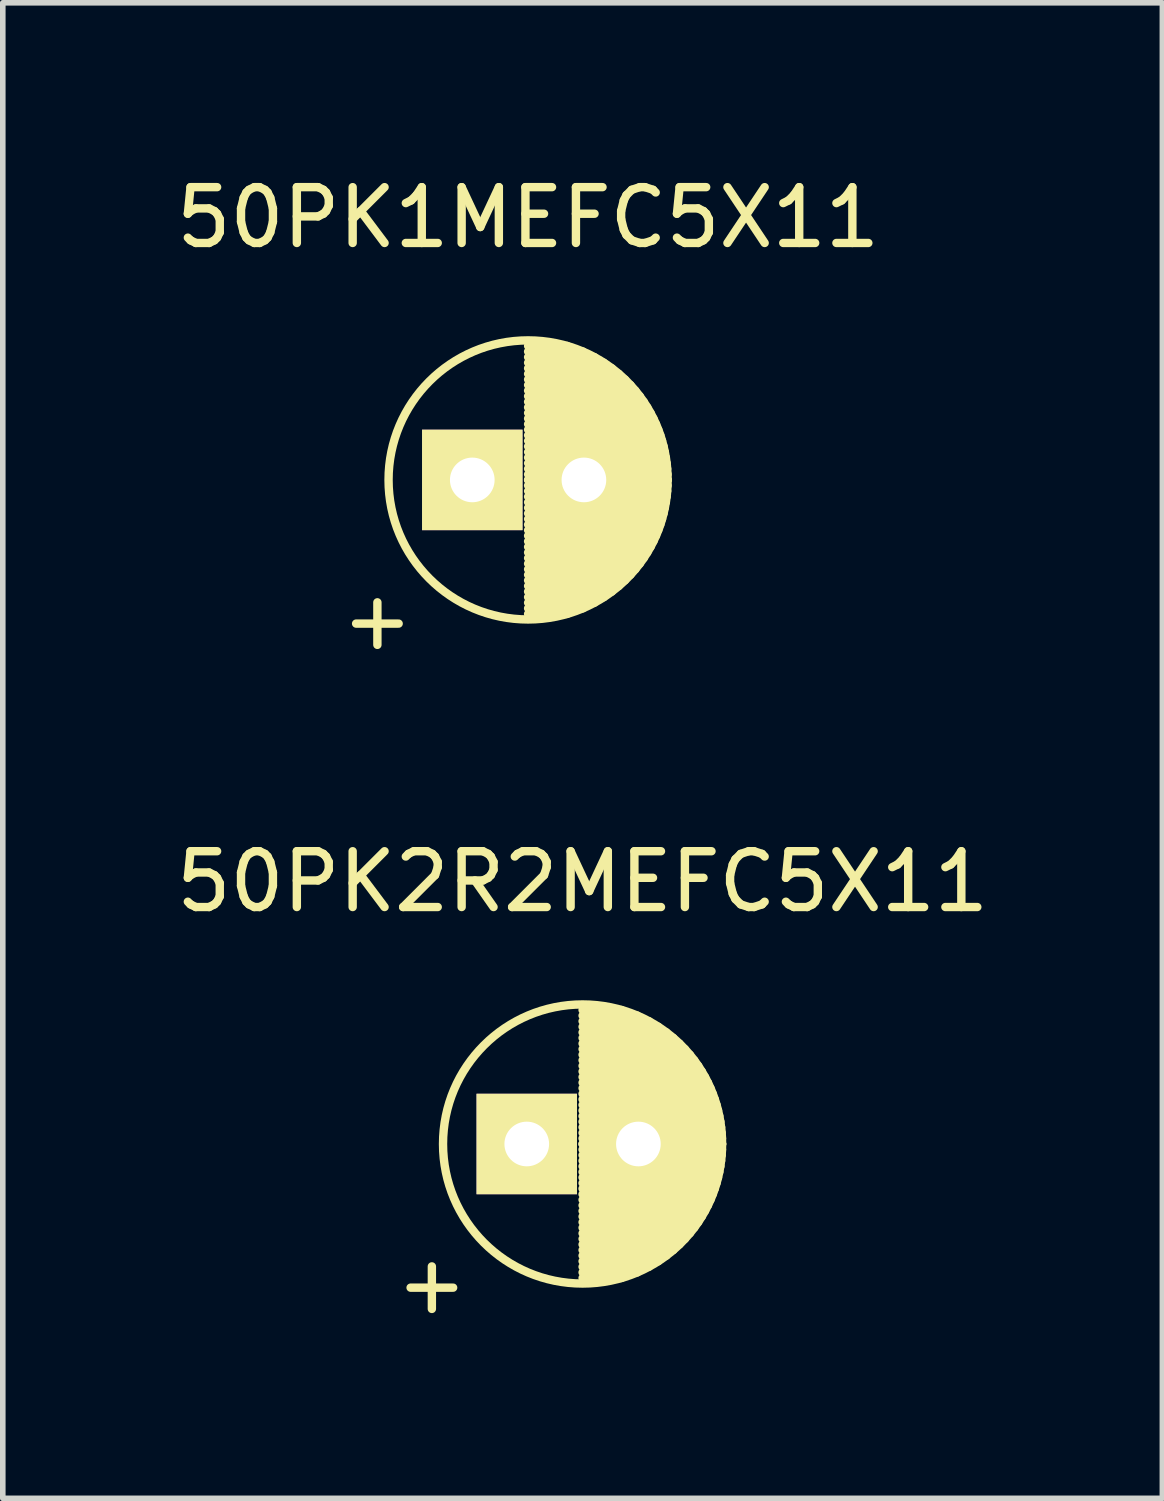
<source format=kicad_pcb>
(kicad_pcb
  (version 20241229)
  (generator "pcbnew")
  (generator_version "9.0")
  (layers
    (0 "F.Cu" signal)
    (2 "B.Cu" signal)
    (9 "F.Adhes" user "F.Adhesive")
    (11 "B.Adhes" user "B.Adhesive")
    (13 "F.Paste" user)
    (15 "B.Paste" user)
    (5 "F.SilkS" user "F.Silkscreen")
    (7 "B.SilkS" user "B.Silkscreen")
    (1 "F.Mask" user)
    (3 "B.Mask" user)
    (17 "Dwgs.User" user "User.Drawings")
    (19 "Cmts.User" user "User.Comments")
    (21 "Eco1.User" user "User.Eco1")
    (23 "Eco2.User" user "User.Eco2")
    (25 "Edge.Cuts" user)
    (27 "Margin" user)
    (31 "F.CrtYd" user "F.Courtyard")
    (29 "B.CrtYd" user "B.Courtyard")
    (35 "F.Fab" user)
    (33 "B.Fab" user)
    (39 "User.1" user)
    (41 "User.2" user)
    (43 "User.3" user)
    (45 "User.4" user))
  (footprint "50PK1MEFC5X11"
    (layer "F.Cu")
    (at 5.411 5.548)
    (property "Reference" "50PK1MEFC5X11" (at 1 -4.7 0) (layer "F.SilkS") (effects (font (size 1 1) (thickness 0.15))))
    (attr through_hole)
    (fp_line (start 1 -2.4) (end 1.7 -2.4) (stroke (width 0.15) (type solid)) (layer "F.SilkS"))
    (fp_line (start 1 -2.3) (end 1.98 -2.3) (stroke (width 0.15) (type solid)) (layer "F.SilkS"))
    (fp_line (start 1 -2.2) (end 2.187 -2.2) (stroke (width 0.15) (type solid)) (layer "F.SilkS"))
    (fp_line (start 1 -2.1) (end 2.356 -2.1) (stroke (width 0.15) (type solid)) (layer "F.SilkS"))
    (fp_line (start 1 -2) (end 2.5 -2) (stroke (width 0.15) (type solid)) (layer "F.SilkS"))
    (fp_line (start 1 -1.9) (end 2.625 -1.9) (stroke (width 0.15) (type solid)) (layer "F.SilkS"))
    (fp_line (start 1 -1.8) (end 2.735 -1.8) (stroke (width 0.15) (type solid)) (layer "F.SilkS"))
    (fp_line (start 1 -1.7) (end 2.833 -1.7) (stroke (width 0.15) (type solid)) (layer "F.SilkS"))
    (fp_line (start 1 -1.6) (end 2.921 -1.6) (stroke (width 0.15) (type solid)) (layer "F.SilkS"))
    (fp_line (start 1 -1.5) (end 3 -1.5) (stroke (width 0.15) (type solid)) (layer "F.SilkS"))
    (fp_line (start 1 -1.4) (end 3.071 -1.4) (stroke (width 0.15) (type solid)) (layer "F.SilkS"))
    (fp_line (start 1 -1.3) (end 3.135 -1.3) (stroke (width 0.15) (type solid)) (layer "F.SilkS"))
    (fp_line (start 1 -1.2) (end 3.193 -1.2) (stroke (width 0.15) (type solid)) (layer "F.SilkS"))
    (fp_line (start 1 -1.1) (end 3.245 -1.1) (stroke (width 0.15) (type solid)) (layer "F.SilkS"))
    (fp_line (start 1 -1) (end 3.291 -1) (stroke (width 0.15) (type solid)) (layer "F.SilkS"))
    (fp_line (start 1 -0.9) (end 3.332 -0.9) (stroke (width 0.15) (type solid)) (layer "F.SilkS"))
    (fp_line (start 1 -0.8) (end 3.369 -0.8) (stroke (width 0.15) (type solid)) (layer "F.SilkS"))
    (fp_line (start 1 -0.7) (end 3.4 -0.7) (stroke (width 0.15) (type solid)) (layer "F.SilkS"))
    (fp_line (start 1 -0.6) (end 3.427 -0.6) (stroke (width 0.15) (type solid)) (layer "F.SilkS"))
    (fp_line (start 1 -0.5) (end 3.449 -0.5) (stroke (width 0.15) (type solid)) (layer "F.SilkS"))
    (fp_line (start 1 -0.4) (end 3.468 -0.4) (stroke (width 0.15) (type solid)) (layer "F.SilkS"))
    (fp_line (start 1 -0.3) (end 3.482 -0.3) (stroke (width 0.15) (type solid)) (layer "F.SilkS"))
    (fp_line (start 1 -0.2) (end 3.492 -0.2) (stroke (width 0.15) (type solid)) (layer "F.SilkS"))
    (fp_line (start 1 -0.1) (end 3.498 -0.1) (stroke (width 0.15) (type solid)) (layer "F.SilkS"))
    (fp_line (start 1 0) (end 3.5 0) (stroke (width 0.15) (type solid)) (layer "F.SilkS"))
    (fp_line (start 1 0) (end 3.5 0) (stroke (width 0.15) (type solid)) (layer "F.SilkS"))
    (fp_line (start 1 0.1) (end 3.498 0.1) (stroke (width 0.15) (type solid)) (layer "F.SilkS"))
    (fp_line (start 1 0.2) (end 3.492 0.2) (stroke (width 0.15) (type solid)) (layer "F.SilkS"))
    (fp_line (start 1 0.3) (end 3.482 0.3) (stroke (width 0.15) (type solid)) (layer "F.SilkS"))
    (fp_line (start 1 0.4) (end 3.468 0.4) (stroke (width 0.15) (type solid)) (layer "F.SilkS"))
    (fp_line (start 1 0.5) (end 3.449 0.5) (stroke (width 0.15) (type solid)) (layer "F.SilkS"))
    (fp_line (start 1 0.6) (end 3.427 0.6) (stroke (width 0.15) (type solid)) (layer "F.SilkS"))
    (fp_line (start 1 0.7) (end 3.4 0.7) (stroke (width 0.15) (type solid)) (layer "F.SilkS"))
    (fp_line (start 1 0.8) (end 3.369 0.8) (stroke (width 0.15) (type solid)) (layer "F.SilkS"))
    (fp_line (start 1 0.9) (end 3.332 0.9) (stroke (width 0.15) (type solid)) (layer "F.SilkS"))
    (fp_line (start 1 1) (end 3.291 1) (stroke (width 0.15) (type solid)) (layer "F.SilkS"))
    (fp_line (start 1 1.1) (end 3.245 1.1) (stroke (width 0.15) (type solid)) (layer "F.SilkS"))
    (fp_line (start 1 1.2) (end 3.193 1.2) (stroke (width 0.15) (type solid)) (layer "F.SilkS"))
    (fp_line (start 1 1.3) (end 3.135 1.3) (stroke (width 0.15) (type solid)) (layer "F.SilkS"))
    (fp_line (start 1 1.4) (end 3.071 1.4) (stroke (width 0.15) (type solid)) (layer "F.SilkS"))
    (fp_line (start 1 1.5) (end 3 1.5) (stroke (width 0.15) (type solid)) (layer "F.SilkS"))
    (fp_line (start 1 1.6) (end 2.921 1.6) (stroke (width 0.15) (type solid)) (layer "F.SilkS"))
    (fp_line (start 1 1.7) (end 2.833 1.7) (stroke (width 0.15) (type solid)) (layer "F.SilkS"))
    (fp_line (start 1 1.8) (end 2.735 1.8) (stroke (width 0.15) (type solid)) (layer "F.SilkS"))
    (fp_line (start 1 1.9) (end 2.625 1.9) (stroke (width 0.15) (type solid)) (layer "F.SilkS"))
    (fp_line (start 1 2) (end 2.5 2) (stroke (width 0.15) (type solid)) (layer "F.SilkS"))
    (fp_line (start 1 2.1) (end 2.356 2.1) (stroke (width 0.15) (type solid)) (layer "F.SilkS"))
    (fp_line (start 1 2.2) (end 2.187 2.2) (stroke (width 0.15) (type solid)) (layer "F.SilkS"))
    (fp_line (start 1 2.3) (end 1.98 2.3) (stroke (width 0.15) (type solid)) (layer "F.SilkS"))
    (fp_line (start 1 2.4) (end 1.7 2.4) (stroke (width 0.15) (type solid)) (layer "F.SilkS"))
    (fp_circle (center 1 0) (end 1 -2.5) (stroke (width 0.15) (type solid)) (fill no) (layer "F.SilkS"))
    (fp_text user "+" (at -1.7 2.5 0) (layer "F.SilkS") (effects (font (size 1 1) (thickness 0.15))))
    (pad "1" thru_hole rect (at 0 0) (size 1.8 1.8) (drill 0.8) (layers "*.Cu" "*.Mask" "F.SilkS"))
    (pad "2" thru_hole circle (at 2 0) (size 1.8 1.8) (drill 0.8) (layers "*.Cu" "*.Mask" "F.SilkS")))
  (footprint "50PK2R2MEFC5X11"
    (layer "F.Cu")
    (at 6.387 17.445)
    (property "Reference" "50PK2R2MEFC5X11" (at 1 -4.7 0) (layer "F.SilkS") (effects (font (size 1 1) (thickness 0.15))))
    (attr through_hole)
    (fp_line (start 1 -2.4) (end 1.7 -2.4) (stroke (width 0.15) (type solid)) (layer "F.SilkS"))
    (fp_line (start 1 -2.3) (end 1.98 -2.3) (stroke (width 0.15) (type solid)) (layer "F.SilkS"))
    (fp_line (start 1 -2.2) (end 2.187 -2.2) (stroke (width 0.15) (type solid)) (layer "F.SilkS"))
    (fp_line (start 1 -2.1) (end 2.356 -2.1) (stroke (width 0.15) (type solid)) (layer "F.SilkS"))
    (fp_line (start 1 -2) (end 2.5 -2) (stroke (width 0.15) (type solid)) (layer "F.SilkS"))
    (fp_line (start 1 -1.9) (end 2.625 -1.9) (stroke (width 0.15) (type solid)) (layer "F.SilkS"))
    (fp_line (start 1 -1.8) (end 2.735 -1.8) (stroke (width 0.15) (type solid)) (layer "F.SilkS"))
    (fp_line (start 1 -1.7) (end 2.833 -1.7) (stroke (width 0.15) (type solid)) (layer "F.SilkS"))
    (fp_line (start 1 -1.6) (end 2.921 -1.6) (stroke (width 0.15) (type solid)) (layer "F.SilkS"))
    (fp_line (start 1 -1.5) (end 3 -1.5) (stroke (width 0.15) (type solid)) (layer "F.SilkS"))
    (fp_line (start 1 -1.4) (end 3.071 -1.4) (stroke (width 0.15) (type solid)) (layer "F.SilkS"))
    (fp_line (start 1 -1.3) (end 3.135 -1.3) (stroke (width 0.15) (type solid)) (layer "F.SilkS"))
    (fp_line (start 1 -1.2) (end 3.193 -1.2) (stroke (width 0.15) (type solid)) (layer "F.SilkS"))
    (fp_line (start 1 -1.1) (end 3.245 -1.1) (stroke (width 0.15) (type solid)) (layer "F.SilkS"))
    (fp_line (start 1 -1) (end 3.291 -1) (stroke (width 0.15) (type solid)) (layer "F.SilkS"))
    (fp_line (start 1 -0.9) (end 3.332 -0.9) (stroke (width 0.15) (type solid)) (layer "F.SilkS"))
    (fp_line (start 1 -0.8) (end 3.369 -0.8) (stroke (width 0.15) (type solid)) (layer "F.SilkS"))
    (fp_line (start 1 -0.7) (end 3.4 -0.7) (stroke (width 0.15) (type solid)) (layer "F.SilkS"))
    (fp_line (start 1 -0.6) (end 3.427 -0.6) (stroke (width 0.15) (type solid)) (layer "F.SilkS"))
    (fp_line (start 1 -0.5) (end 3.449 -0.5) (stroke (width 0.15) (type solid)) (layer "F.SilkS"))
    (fp_line (start 1 -0.4) (end 3.468 -0.4) (stroke (width 0.15) (type solid)) (layer "F.SilkS"))
    (fp_line (start 1 -0.3) (end 3.482 -0.3) (stroke (width 0.15) (type solid)) (layer "F.SilkS"))
    (fp_line (start 1 -0.2) (end 3.492 -0.2) (stroke (width 0.15) (type solid)) (layer "F.SilkS"))
    (fp_line (start 1 -0.1) (end 3.498 -0.1) (stroke (width 0.15) (type solid)) (layer "F.SilkS"))
    (fp_line (start 1 0) (end 3.5 0) (stroke (width 0.15) (type solid)) (layer "F.SilkS"))
    (fp_line (start 1 0) (end 3.5 0) (stroke (width 0.15) (type solid)) (layer "F.SilkS"))
    (fp_line (start 1 0.1) (end 3.498 0.1) (stroke (width 0.15) (type solid)) (layer "F.SilkS"))
    (fp_line (start 1 0.2) (end 3.492 0.2) (stroke (width 0.15) (type solid)) (layer "F.SilkS"))
    (fp_line (start 1 0.3) (end 3.482 0.3) (stroke (width 0.15) (type solid)) (layer "F.SilkS"))
    (fp_line (start 1 0.4) (end 3.468 0.4) (stroke (width 0.15) (type solid)) (layer "F.SilkS"))
    (fp_line (start 1 0.5) (end 3.449 0.5) (stroke (width 0.15) (type solid)) (layer "F.SilkS"))
    (fp_line (start 1 0.6) (end 3.427 0.6) (stroke (width 0.15) (type solid)) (layer "F.SilkS"))
    (fp_line (start 1 0.7) (end 3.4 0.7) (stroke (width 0.15) (type solid)) (layer "F.SilkS"))
    (fp_line (start 1 0.8) (end 3.369 0.8) (stroke (width 0.15) (type solid)) (layer "F.SilkS"))
    (fp_line (start 1 0.9) (end 3.332 0.9) (stroke (width 0.15) (type solid)) (layer "F.SilkS"))
    (fp_line (start 1 1) (end 3.291 1) (stroke (width 0.15) (type solid)) (layer "F.SilkS"))
    (fp_line (start 1 1.1) (end 3.245 1.1) (stroke (width 0.15) (type solid)) (layer "F.SilkS"))
    (fp_line (start 1 1.2) (end 3.193 1.2) (stroke (width 0.15) (type solid)) (layer "F.SilkS"))
    (fp_line (start 1 1.3) (end 3.135 1.3) (stroke (width 0.15) (type solid)) (layer "F.SilkS"))
    (fp_line (start 1 1.4) (end 3.071 1.4) (stroke (width 0.15) (type solid)) (layer "F.SilkS"))
    (fp_line (start 1 1.5) (end 3 1.5) (stroke (width 0.15) (type solid)) (layer "F.SilkS"))
    (fp_line (start 1 1.6) (end 2.921 1.6) (stroke (width 0.15) (type solid)) (layer "F.SilkS"))
    (fp_line (start 1 1.7) (end 2.833 1.7) (stroke (width 0.15) (type solid)) (layer "F.SilkS"))
    (fp_line (start 1 1.8) (end 2.735 1.8) (stroke (width 0.15) (type solid)) (layer "F.SilkS"))
    (fp_line (start 1 1.9) (end 2.625 1.9) (stroke (width 0.15) (type solid)) (layer "F.SilkS"))
    (fp_line (start 1 2) (end 2.5 2) (stroke (width 0.15) (type solid)) (layer "F.SilkS"))
    (fp_line (start 1 2.1) (end 2.356 2.1) (stroke (width 0.15) (type solid)) (layer "F.SilkS"))
    (fp_line (start 1 2.2) (end 2.187 2.2) (stroke (width 0.15) (type solid)) (layer "F.SilkS"))
    (fp_line (start 1 2.3) (end 1.98 2.3) (stroke (width 0.15) (type solid)) (layer "F.SilkS"))
    (fp_line (start 1 2.4) (end 1.7 2.4) (stroke (width 0.15) (type solid)) (layer "F.SilkS"))
    (fp_circle (center 1 0) (end 1 -2.5) (stroke (width 0.15) (type solid)) (fill no) (layer "F.SilkS"))
    (fp_text user "+" (at -1.7 2.5 0) (layer "F.SilkS") (effects (font (size 1 1) (thickness 0.15))))
    (pad "1" thru_hole rect (at 0 0) (size 1.8 1.8) (drill 0.8) (layers "*.Cu" "*.Mask" "F.SilkS"))
    (pad "2" thru_hole circle (at 2 0) (size 1.8 1.8) (drill 0.8) (layers "*.Cu" "*.Mask" "F.SilkS")))
  (gr_rect
    (start -3 -3)
    (end 17.774 23.793)
    (stroke (width 0.1) (type default))
    (fill no)
    (layer "Edge.Cuts")))
</source>
